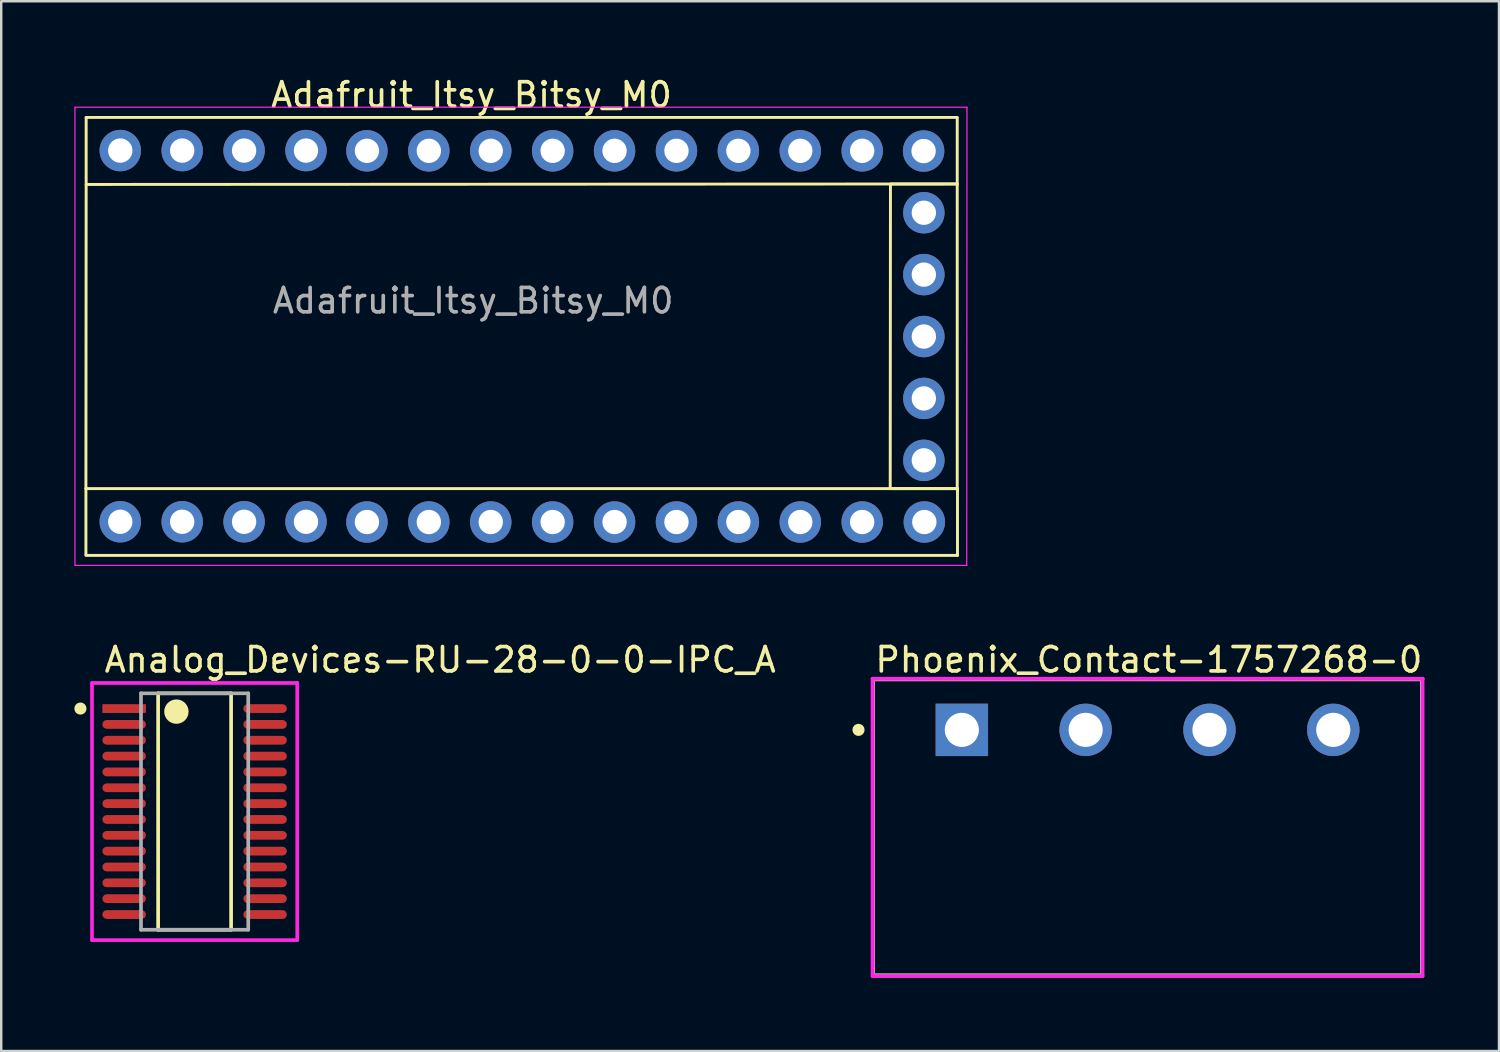
<source format=kicad_pcb>
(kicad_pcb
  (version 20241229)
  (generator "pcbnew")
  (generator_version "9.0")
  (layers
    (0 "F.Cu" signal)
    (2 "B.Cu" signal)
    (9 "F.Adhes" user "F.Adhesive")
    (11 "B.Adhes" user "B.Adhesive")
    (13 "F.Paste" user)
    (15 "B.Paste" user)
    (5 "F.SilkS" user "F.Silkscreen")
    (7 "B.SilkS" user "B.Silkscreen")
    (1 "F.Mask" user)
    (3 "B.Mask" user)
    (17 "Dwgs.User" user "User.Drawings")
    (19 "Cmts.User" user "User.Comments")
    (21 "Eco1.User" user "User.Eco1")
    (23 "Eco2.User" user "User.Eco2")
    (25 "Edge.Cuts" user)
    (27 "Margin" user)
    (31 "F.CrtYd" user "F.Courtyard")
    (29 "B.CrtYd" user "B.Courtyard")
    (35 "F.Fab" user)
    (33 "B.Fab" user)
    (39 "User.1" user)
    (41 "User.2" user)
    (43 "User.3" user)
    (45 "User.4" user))
  (footprint "Phoenix_Contact-1757268-0"
    (layer "F.Cu")
    (at 44.034 30.896)
    (property "Reference" "Phoenix_Contact-1757268-0" (at -11.26 -6.875 0) (layer "F.SilkS") (effects (font (size 1 1) (thickness 0.15)) (justify left)))
    (attr through_hole)
    (fp_line (start -11.26 -6.075) (end 11.26 -6.075) (stroke (width 0.15) (type solid)) (layer "F.SilkS"))
    (fp_line (start -11.26 6.075) (end -11.26 -6.075) (stroke (width 0.15) (type solid)) (layer "F.SilkS"))
    (fp_line (start -11.26 6.075) (end 11.26 6.075) (stroke (width 0.15) (type solid)) (layer "F.SilkS"))
    (fp_line (start 11.26 6.075) (end 11.26 -6.075) (stroke (width 0.15) (type solid)) (layer "F.SilkS"))
    (fp_circle (center -11.86 -4) (end -11.735 -4) (stroke (width 0.25) (type solid)) (fill no) (layer "F.SilkS"))
    (fp_line (start -11.285 -6.1) (end -11.285 6.1) (stroke (width 0.15) (type solid)) (layer "F.CrtYd"))
    (fp_line (start -11.285 6.1) (end 11.285 6.1) (stroke (width 0.15) (type solid)) (layer "F.CrtYd"))
    (fp_line (start 11.285 -6.1) (end -11.285 -6.1) (stroke (width 0.15) (type solid)) (layer "F.CrtYd"))
    (fp_line (start 11.285 -6.1) (end 11.285 -6.1) (stroke (width 0.15) (type solid)) (layer "F.CrtYd"))
    (fp_line (start 11.285 6.1) (end 11.285 -6.1) (stroke (width 0.15) (type solid)) (layer "F.CrtYd"))
    (fp_line (start -11.26 -6.075) (end 11.26 -6.075) (stroke (width 0.15) (type solid)) (layer "F.Fab"))
    (fp_line (start -11.26 6.075) (end -11.26 -6.075) (stroke (width 0.15) (type solid)) (layer "F.Fab"))
    (fp_line (start 11.26 -6.075) (end 11.26 6.075) (stroke (width 0.15) (type solid)) (layer "F.Fab"))
    (fp_line (start 11.26 6.075) (end -11.26 6.075) (stroke (width 0.15) (type solid)) (layer "F.Fab"))
    (pad "1" thru_hole rect (at -7.62 -4) (size 2.15 2.15) (drill 1.4) (layers "*.Cu"))
    (pad "2" thru_hole circle (at -2.54 -4) (size 2.15 2.15) (drill 1.4) (layers "*.Cu"))
    (pad "3" thru_hole circle (at 2.54 -4) (size 2.15 2.15) (drill 1.4) (layers "*.Cu"))
    (pad "4" thru_hole circle (at 7.62 -4) (size 2.15 2.15) (drill 1.4) (layers "*.Cu")))
  (footprint "Analog_Devices-RU-28-0-0-IPC_A"
    (layer "F.Cu")
    (at 4.935 30.247)
    (property "Reference" "Analog_Devices-RU-28-0-0-IPC_A" (at -3.785 -6.225 0) (layer "F.SilkS") (effects (font (size 1 1) (thickness 0.15)) (justify left)))
    (attr through_hole)
    (fp_line (start -1.497 -4.85) (end 1.497 -4.85) (stroke (width 0.15) (type solid)) (layer "F.SilkS"))
    (fp_line (start -1.497 4.85) (end -1.497 -4.85) (stroke (width 0.15) (type solid)) (layer "F.SilkS"))
    (fp_line (start 1.497 -4.85) (end 1.497 4.85) (stroke (width 0.15) (type solid)) (layer "F.SilkS"))
    (fp_line (start 1.497 4.85) (end -1.497 4.85) (stroke (width 0.15) (type solid)) (layer "F.SilkS"))
    (fp_circle (center -4.685 -4.225) (end -4.56 -4.225) (stroke (width 0.25) (type solid)) (fill no) (layer "F.SilkS"))
    (fp_circle (center -0.747 -4.1) (end -0.497 -4.1) (stroke (width 0.5) (type solid)) (fill no) (layer "F.SilkS"))
    (fp_line (start -4.21 -5.275) (end -4.21 5.275) (stroke (width 0.15) (type solid)) (layer "F.CrtYd"))
    (fp_line (start -4.21 5.275) (end 4.21 5.275) (stroke (width 0.15) (type solid)) (layer "F.CrtYd"))
    (fp_line (start 4.21 -5.275) (end -4.21 -5.275) (stroke (width 0.15) (type solid)) (layer "F.CrtYd"))
    (fp_line (start 4.21 -5.275) (end 4.21 -5.275) (stroke (width 0.15) (type solid)) (layer "F.CrtYd"))
    (fp_line (start 4.21 5.275) (end 4.21 -5.275) (stroke (width 0.15) (type solid)) (layer "F.CrtYd"))
    (fp_line (start -2.2 -4.85) (end 2.2 -4.85) (stroke (width 0.15) (type solid)) (layer "F.Fab"))
    (fp_line (start -2.2 4.85) (end -2.2 -4.85) (stroke (width 0.15) (type solid)) (layer "F.Fab"))
    (fp_line (start 2.2 -4.85) (end 2.2 4.85) (stroke (width 0.15) (type solid)) (layer "F.Fab"))
    (fp_line (start 2.2 4.85) (end -2.2 4.85) (stroke (width 0.15) (type solid)) (layer "F.Fab"))
    (pad "1" smd rect (at -2.891 -4.225) (size 1.788 0.36) (layers "F.Cu" "F.Mask" "F.Paste"))
    (pad "2" smd roundrect (at -2.891 -3.575) (size 1.788 0.36) (layers "F.Cu" "F.Mask" "F.Paste") (roundrect_rratio 0.5))
    (pad "3" smd roundrect (at -2.891 -2.925) (size 1.788 0.36) (layers "F.Cu" "F.Mask" "F.Paste") (roundrect_rratio 0.5))
    (pad "4" smd roundrect (at -2.891 -2.275) (size 1.788 0.36) (layers "F.Cu" "F.Mask" "F.Paste") (roundrect_rratio 0.5))
    (pad "5" smd roundrect (at -2.891 -1.625) (size 1.788 0.36) (layers "F.Cu" "F.Mask" "F.Paste") (roundrect_rratio 0.5))
    (pad "6" smd roundrect (at -2.891 -0.975) (size 1.788 0.36) (layers "F.Cu" "F.Mask" "F.Paste") (roundrect_rratio 0.5))
    (pad "7" smd roundrect (at -2.891 -0.325) (size 1.788 0.36) (layers "F.Cu" "F.Mask" "F.Paste") (roundrect_rratio 0.5))
    (pad "8" smd roundrect (at -2.891 0.325) (size 1.788 0.36) (layers "F.Cu" "F.Mask" "F.Paste") (roundrect_rratio 0.5))
    (pad "9" smd roundrect (at -2.891 0.975) (size 1.788 0.36) (layers "F.Cu" "F.Mask" "F.Paste") (roundrect_rratio 0.5))
    (pad "10" smd roundrect (at -2.891 1.625) (size 1.788 0.36) (layers "F.Cu" "F.Mask" "F.Paste") (roundrect_rratio 0.5))
    (pad "11" smd roundrect (at -2.891 2.275) (size 1.788 0.36) (layers "F.Cu" "F.Mask" "F.Paste") (roundrect_rratio 0.5))
    (pad "12" smd roundrect (at -2.891 2.925) (size 1.788 0.36) (layers "F.Cu" "F.Mask" "F.Paste") (roundrect_rratio 0.5))
    (pad "13" smd roundrect (at -2.891 3.575) (size 1.788 0.36) (layers "F.Cu" "F.Mask" "F.Paste") (roundrect_rratio 0.5))
    (pad "14" smd roundrect (at -2.891 4.225) (size 1.788 0.36) (layers "F.Cu" "F.Mask" "F.Paste") (roundrect_rratio 0.5))
    (pad "15" smd roundrect (at 2.891 4.225) (size 1.788 0.36) (layers "F.Cu" "F.Mask" "F.Paste") (roundrect_rratio 0.5))
    (pad "16" smd roundrect (at 2.891 3.575) (size 1.788 0.36) (layers "F.Cu" "F.Mask" "F.Paste") (roundrect_rratio 0.5))
    (pad "17" smd roundrect (at 2.891 2.925) (size 1.788 0.36) (layers "F.Cu" "F.Mask" "F.Paste") (roundrect_rratio 0.5))
    (pad "18" smd roundrect (at 2.891 2.275) (size 1.788 0.36) (layers "F.Cu" "F.Mask" "F.Paste") (roundrect_rratio 0.5))
    (pad "19" smd roundrect (at 2.891 1.625) (size 1.788 0.36) (layers "F.Cu" "F.Mask" "F.Paste") (roundrect_rratio 0.5))
    (pad "20" smd roundrect (at 2.891 0.975) (size 1.788 0.36) (layers "F.Cu" "F.Mask" "F.Paste") (roundrect_rratio 0.5))
    (pad "21" smd roundrect (at 2.891 0.325) (size 1.788 0.36) (layers "F.Cu" "F.Mask" "F.Paste") (roundrect_rratio 0.5))
    (pad "22" smd roundrect (at 2.891 -0.325) (size 1.788 0.36) (layers "F.Cu" "F.Mask" "F.Paste") (roundrect_rratio 0.5))
    (pad "23" smd roundrect (at 2.891 -0.975) (size 1.788 0.36) (layers "F.Cu" "F.Mask" "F.Paste") (roundrect_rratio 0.5))
    (pad "24" smd roundrect (at 2.891 -1.625) (size 1.788 0.36) (layers "F.Cu" "F.Mask" "F.Paste") (roundrect_rratio 0.5))
    (pad "25" smd roundrect (at 2.891 -2.275) (size 1.788 0.36) (layers "F.Cu" "F.Mask" "F.Paste") (roundrect_rratio 0.5))
    (pad "26" smd roundrect (at 2.891 -2.925) (size 1.788 0.36) (layers "F.Cu" "F.Mask" "F.Paste") (roundrect_rratio 0.5))
    (pad "27" smd roundrect (at 2.891 -3.575) (size 1.788 0.36) (layers "F.Cu" "F.Mask" "F.Paste") (roundrect_rratio 0.5))
    (pad "28" smd roundrect (at 2.891 -4.225) (size 1.788 0.36) (layers "F.Cu" "F.Mask" "F.Paste") (roundrect_rratio 0.5)))
  (footprint "Adafruit_Itsy_Bitsy_M0"
    (layer "F.Cu")
    (at 13.125 8.348)
    (property "Reference" "Adafruit_Itsy_Bitsy_M0" (at 3.17 -7.5 0) (layer "F.SilkS") (effects (font (size 1 1) (thickness 0.15))))
    (attr through_hole)
    (fp_line (start -12.65 8.64) (end -12.65 11.36) (stroke (width 0.12) (type solid)) (layer "F.SilkS"))
    (fp_line (start -12.65 11.39) (end 23.11 11.39) (stroke (width 0.12) (type solid)) (layer "F.SilkS"))
    (fp_line (start -12.64 -6.57) (end -12.64 -3.87) (stroke (width 0.12) (type solid)) (layer "F.SilkS"))
    (fp_line (start -12.64 -3.83) (end 23.09 -3.85) (stroke (width 0.12) (type solid)) (layer "F.SilkS"))
    (fp_line (start -12.64 -3.82) (end -12.65 8.62) (stroke (width 0.12) (type solid)) (layer "F.SilkS"))
    (fp_line (start 20.36 -3.84) (end 20.35 8.65) (stroke (width 0.12) (type solid)) (layer "F.SilkS"))
    (fp_line (start 20.36 8.65) (end 23.1 8.65) (stroke (width 0.12) (type solid)) (layer "F.SilkS"))
    (fp_line (start 23.08 -3.85) (end 20.38 -3.85) (stroke (width 0.12) (type solid)) (layer "F.SilkS"))
    (fp_line (start 23.09 -6.58) (end -12.64 -6.58) (stroke (width 0.12) (type solid)) (layer "F.SilkS"))
    (fp_line (start 23.1 -3.84) (end 23.1 -6.58) (stroke (width 0.12) (type solid)) (layer "F.SilkS"))
    (fp_line (start 23.1 8.7) (end 23.1 -3.85) (stroke (width 0.12) (type solid)) (layer "F.SilkS"))
    (fp_line (start 23.11 8.65) (end -12.65 8.65) (stroke (width 0.12) (type solid)) (layer "F.SilkS"))
    (fp_line (start 23.11 11.39) (end 23.11 8.65) (stroke (width 0.12) (type solid)) (layer "F.SilkS"))
    (fp_line (start -13.1 -7) (end -13.1 11.8) (stroke (width 0.05) (type solid)) (layer "F.CrtYd"))
    (fp_line (start -13.1 11.8) (end 23.49 11.8) (stroke (width 0.05) (type solid)) (layer "F.CrtYd"))
    (fp_line (start 23.49 11.8) (end 23.5 -7) (stroke (width 0.05) (type solid)) (layer "F.CrtYd"))
    (fp_line (start 23.5 -7) (end -13.1 -7) (stroke (width 0.05) (type solid)) (layer "F.CrtYd"))
    (fp_text user "${REFERENCE}" (at 3.24 0.94 0) (layer "F.Fab") (effects (font (size 1 1) (thickness 0.15))))
    (pad "1" thru_hole circle (at -11.24 -5.22 180) (size 1.7 1.7) (drill 1) (layers "*.Cu" "*.Mask"))
    (pad "2" thru_hole circle (at -8.7 -5.22 180) (size 1.7 1.7) (drill 1) (layers "*.Cu" "*.Mask"))
    (pad "3" thru_hole circle (at -6.16 -5.22 180) (size 1.7 1.7) (drill 1) (layers "*.Cu" "*.Mask"))
    (pad "4" thru_hole circle (at -3.62 -5.22) (size 1.7 1.7) (drill 1) (layers "*.Cu" "*.Mask"))
    (pad "5" thru_hole circle (at -1.12 -5.21 180) (size 1.7 1.7) (drill 1) (layers "*.Cu" "*.Mask"))
    (pad "6" thru_hole circle (at 1.42 -5.21 180) (size 1.7 1.7) (drill 1) (layers "*.Cu" "*.Mask"))
    (pad "7" thru_hole circle (at 3.96 -5.21 180) (size 1.7 1.7) (drill 1) (layers "*.Cu" "*.Mask"))
    (pad "8" thru_hole circle (at 6.5 -5.21 180) (size 1.7 1.7) (drill 1) (layers "*.Cu" "*.Mask"))
    (pad "9" thru_hole circle (at 9.04 -5.21 180) (size 1.7 1.7) (drill 1) (layers "*.Cu" "*.Mask"))
    (pad "10" thru_hole circle (at 11.58 -5.21 180) (size 1.7 1.7) (drill 1) (layers "*.Cu" "*.Mask"))
    (pad "11" thru_hole circle (at 14.12 -5.21 180) (size 1.7 1.7) (drill 1) (layers "*.Cu" "*.Mask"))
    (pad "12" thru_hole circle (at 16.66 -5.21 180) (size 1.7 1.7) (drill 1) (layers "*.Cu" "*.Mask"))
    (pad "13" thru_hole circle (at 19.2 -5.21 180) (size 1.7 1.7) (drill 1) (layers "*.Cu" "*.Mask"))
    (pad "14" thru_hole circle (at 21.72 -5.2 180) (size 1.7 1.7) (drill 1) (layers "*.Cu" "*.Mask"))
    (pad "15" thru_hole circle (at 21.73 -2.67) (size 1.7 1.7) (drill 1) (layers "*.Cu" "*.Mask"))
    (pad "16" thru_hole circle (at 21.73 -0.13) (size 1.7 1.7) (drill 1) (layers "*.Cu" "*.Mask"))
    (pad "17" thru_hole circle (at 21.73 2.41) (size 1.7 1.7) (drill 1) (layers "*.Cu" "*.Mask"))
    (pad "18" thru_hole circle (at 21.73 4.95) (size 1.7 1.7) (drill 1) (layers "*.Cu" "*.Mask"))
    (pad "19" thru_hole circle (at 21.73 7.49) (size 1.7 1.7) (drill 1) (layers "*.Cu" "*.Mask"))
    (pad "20" thru_hole circle (at 21.75 10.02) (size 1.7 1.7) (drill 1) (layers "*.Cu" "*.Mask"))
    (pad "21" thru_hole circle (at 19.2 10.02) (size 1.7 1.7) (drill 1) (layers "*.Cu" "*.Mask"))
    (pad "22" thru_hole circle (at 16.66 10.02) (size 1.7 1.7) (drill 1) (layers "*.Cu" "*.Mask"))
    (pad "23" thru_hole circle (at 14.12 10.02) (size 1.7 1.7) (drill 1) (layers "*.Cu" "*.Mask"))
    (pad "24" thru_hole circle (at 11.58 10.02) (size 1.7 1.7) (drill 1) (layers "*.Cu" "*.Mask"))
    (pad "25" thru_hole circle (at 9.04 10.02 180) (size 1.7 1.7) (drill 1) (layers "*.Cu" "*.Mask"))
    (pad "26" thru_hole circle (at 6.5 10.02 180) (size 1.7 1.7) (drill 1) (layers "*.Cu" "*.Mask"))
    (pad "27" thru_hole circle (at 3.96 10.02 180) (size 1.7 1.7) (drill 1) (layers "*.Cu" "*.Mask"))
    (pad "28" thru_hole circle (at 1.42 10.02 180) (size 1.7 1.7) (drill 1) (layers "*.Cu" "*.Mask"))
    (pad "29" thru_hole circle (at -1.12 10.02 180) (size 1.7 1.7) (drill 1) (layers "*.Cu" "*.Mask"))
    (pad "30" thru_hole oval (at -3.62 10.01 180) (size 1.7 1.7) (drill 1) (layers "*.Cu" "*.Mask"))
    (pad "31" thru_hole circle (at -6.16 10.01 180) (size 1.7 1.7) (drill 1) (layers "*.Cu" "*.Mask"))
    (pad "32" thru_hole circle (at -8.7 10.01 180) (size 1.7 1.7) (drill 1) (layers "*.Cu" "*.Mask"))
    (pad "33" thru_hole circle (at -11.24 10.01 180) (size 1.7 1.7) (drill 1) (layers "*.Cu" "*.Mask")))
  (gr_rect
    (start -3 -3)
    (end 58.452 40.072)
    (stroke (width 0.1) (type default))
    (fill no)
    (layer "Edge.Cuts")))
</source>
